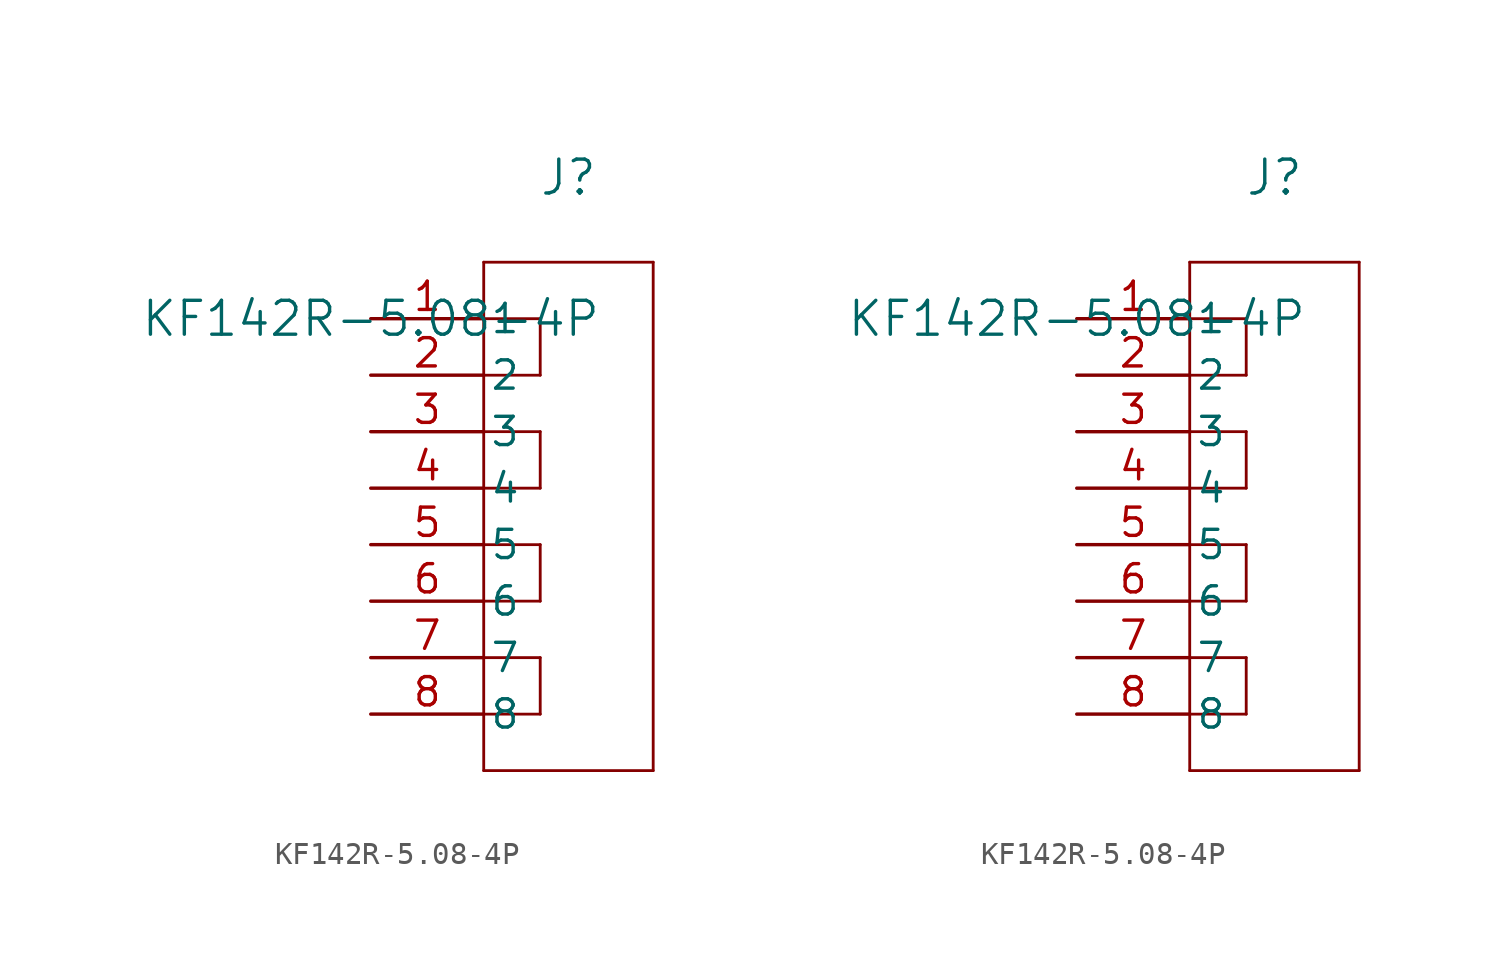
<source format=kicad_sym>
(kicad_symbol_lib
  (version 20211014)
  (generator kicad_symbol_editor)
  (symbol "KF142R-5.08-4P"
    (pin_names
      (offset 0.254))
    (property "Reference" "J"
      (at 8.89 6.35 0)
      (effects (font (size 1.524 1.524))))
    (property "Value" "KF142R-5.08-4P"
      (at 0 0 0)
      (effects (font (size 1.524 1.524))))
    (symbol "KF142R-5.08-4P_1_1"
      (polyline (pts (xy 5.08 2.54) (xy 5.08 -20.32)) (stroke (width 0.127) (type default) (color 0 0 0 0)) (fill (type none)))
      (polyline (pts (xy 5.08 -20.32) (xy 12.7 -20.32)) (stroke (width 0.127) (type default) (color 0 0 0 0)) (fill (type none)))
      (polyline (pts (xy 12.7 -20.32) (xy 12.7 2.54)) (stroke (width 0.127) (type default) (color 0 0 0 0)) (fill (type none)))
      (polyline (pts (xy 12.7 2.54) (xy 5.08 2.54)) (stroke (width 0.127) (type default) (color 0 0 0 0)) (fill (type none)))
      (polyline (pts (xy 5.08 0) (xy 7.62 0)) (stroke (width 0.127) (type default) (color 0 0 0 0)) (fill (type none)))
      (polyline (pts (xy 7.62 0) (xy 7.62 -2.54)) (stroke (width 0.127) (type default) (color 0 0 0 0)) (fill (type none)))
      (polyline (pts (xy 7.62 -2.54) (xy 5.08 -2.54)) (stroke (width 0.127) (type default) (color 0 0 0 0)) (fill (type none)))
      (polyline (pts (xy 5.08 -5.08) (xy 7.62 -5.08)) (stroke (width 0.127) (type default) (color 0 0 0 0)) (fill (type none)))
      (polyline (pts (xy 7.62 -5.08) (xy 7.62 -7.62)) (stroke (width 0.127) (type default) (color 0 0 0 0)) (fill (type none)))
      (polyline (pts (xy 7.62 -7.62) (xy 5.08 -7.62)) (stroke (width 0.127) (type default) (color 0 0 0 0)) (fill (type none)))
      (polyline (pts (xy 5.08 -10.16) (xy 7.62 -10.16)) (stroke (width 0.127) (type default) (color 0 0 0 0)) (fill (type none)))
      (polyline (pts (xy 7.62 -10.16) (xy 7.62 -12.7)) (stroke (width 0.127) (type default) (color 0 0 0 0)) (fill (type none)))
      (polyline (pts (xy 7.62 -12.7) (xy 5.08 -12.7)) (stroke (width 0.127) (type default) (color 0 0 0 0)) (fill (type none)))
      (polyline (pts (xy 5.08 -15.24) (xy 7.62 -15.24)) (stroke (width 0.127) (type default) (color 0 0 0 0)) (fill (type none)))
      (polyline (pts (xy 7.62 -15.24) (xy 7.62 -17.78)) (stroke (width 0.127) (type default) (color 0 0 0 0)) (fill (type none)))
      (polyline (pts (xy 7.62 -17.78) (xy 5.08 -17.78)) (stroke (width 0.127) (type default) (color 0 0 0 0)) (fill (type none)))
      (pin unspecified line (at 0 0 0) (length 5.08) (name "1" (effects (font (size 1.27 1.27)))) (number "1" (effects (font (size 1.27 1.27)))))
      (pin unspecified line (at 0 -5.08 0) (length 5.08) (name "3" (effects (font (size 1.27 1.27)))) (number "3" (effects (font (size 1.27 1.27)))))
      (pin unspecified line (at 0 -10.16 0) (length 5.08) (name "5" (effects (font (size 1.27 1.27)))) (number "5" (effects (font (size 1.27 1.27)))))
      (pin unspecified line (at 0 -15.24 0) (length 5.08) (name "7" (effects (font (size 1.27 1.27)))) (number "7" (effects (font (size 1.27 1.27)))))
      (pin unspecified line (at 0 -2.54 0) (length 5.08) (name "2" (effects (font (size 1.27 1.27)))) (number "2" (effects (font (size 1.27 1.27)))))
      (pin unspecified line (at 0 -7.62 0) (length 5.08) (name "4" (effects (font (size 1.27 1.27)))) (number "4" (effects (font (size 1.27 1.27)))))
      (pin unspecified line (at 0 -12.7 0) (length 5.08) (name "6" (effects (font (size 1.27 1.27)))) (number "6" (effects (font (size 1.27 1.27)))))
      (pin unspecified line (at 0 -17.78 0) (length 5.08) (name "8" (effects (font (size 1.27 1.27)))) (number "8" (effects (font (size 1.27 1.27))))))
    (symbol "KF142R-5.08-4P_1_2"
      (polyline (pts (xy 5.08 2.54) (xy 5.08 -20.32)) (stroke (width 0.127) (type default) (color 0 0 0 0)) (fill (type none)))
      (polyline (pts (xy 5.08 -20.32) (xy 12.7 -20.32)) (stroke (width 0.127) (type default) (color 0 0 0 0)) (fill (type none)))
      (polyline (pts (xy 12.7 -20.32) (xy 12.7 2.54)) (stroke (width 0.127) (type default) (color 0 0 0 0)) (fill (type none)))
      (polyline (pts (xy 12.7 2.54) (xy 5.08 2.54)) (stroke (width 0.127) (type default) (color 0 0 0 0)) (fill (type none)))
      (polyline (pts (xy 5.08 0) (xy 7.62 0)) (stroke (width 0.127) (type default) (color 0 0 0 0)) (fill (type none)))
      (polyline (pts (xy 7.62 0) (xy 7.62 -2.54)) (stroke (width 0.127) (type default) (color 0 0 0 0)) (fill (type none)))
      (polyline (pts (xy 7.62 -2.54) (xy 5.08 -2.54)) (stroke (width 0.127) (type default) (color 0 0 0 0)) (fill (type none)))
      (polyline (pts (xy 5.08 -5.08) (xy 7.62 -5.08)) (stroke (width 0.127) (type default) (color 0 0 0 0)) (fill (type none)))
      (polyline (pts (xy 7.62 -5.08) (xy 7.62 -7.62)) (stroke (width 0.127) (type default) (color 0 0 0 0)) (fill (type none)))
      (polyline (pts (xy 7.62 -7.62) (xy 5.08 -7.62)) (stroke (width 0.127) (type default) (color 0 0 0 0)) (fill (type none)))
      (polyline (pts (xy 5.08 -10.16) (xy 7.62 -10.16)) (stroke (width 0.127) (type default) (color 0 0 0 0)) (fill (type none)))
      (polyline (pts (xy 7.62 -10.16) (xy 7.62 -12.7)) (stroke (width 0.127) (type default) (color 0 0 0 0)) (fill (type none)))
      (polyline (pts (xy 7.62 -12.7) (xy 5.08 -12.7)) (stroke (width 0.127) (type default) (color 0 0 0 0)) (fill (type none)))
      (polyline (pts (xy 5.08 -15.24) (xy 7.62 -15.24)) (stroke (width 0.127) (type default) (color 0 0 0 0)) (fill (type none)))
      (polyline (pts (xy 7.62 -15.24) (xy 7.62 -17.78)) (stroke (width 0.127) (type default) (color 0 0 0 0)) (fill (type none)))
      (polyline (pts (xy 7.62 -17.78) (xy 5.08 -17.78)) (stroke (width 0.127) (type default) (color 0 0 0 0)) (fill (type none)))
      (pin unspecified line (at 0 0 0) (length 5.08) (name "1" (effects (font (size 1.27 1.27)))) (number "1" (effects (font (size 1.27 1.27)))))
      (pin unspecified line (at 0 -5.08 0) (length 5.08) (name "3" (effects (font (size 1.27 1.27)))) (number "3" (effects (font (size 1.27 1.27)))))
      (pin unspecified line (at 0 -10.16 0) (length 5.08) (name "5" (effects (font (size 1.27 1.27)))) (number "5" (effects (font (size 1.27 1.27)))))
      (pin unspecified line (at 0 -15.24 0) (length 5.08) (name "7" (effects (font (size 1.27 1.27)))) (number "7" (effects (font (size 1.27 1.27)))))
      (pin unspecified line (at 0 -2.54 0) (length 5.08) (name "2" (effects (font (size 1.27 1.27)))) (number "2" (effects (font (size 1.27 1.27)))))
      (pin unspecified line (at 0 -7.62 0) (length 5.08) (name "4" (effects (font (size 1.27 1.27)))) (number "4" (effects (font (size 1.27 1.27)))))
      (pin unspecified line (at 0 -12.7 0) (length 5.08) (name "6" (effects (font (size 1.27 1.27)))) (number "6" (effects (font (size 1.27 1.27)))))
      (pin unspecified line (at 0 -17.78 0) (length 5.08) (name "8" (effects (font (size 1.27 1.27)))) (number "8" (effects (font (size 1.27 1.27))))))))
</source>
